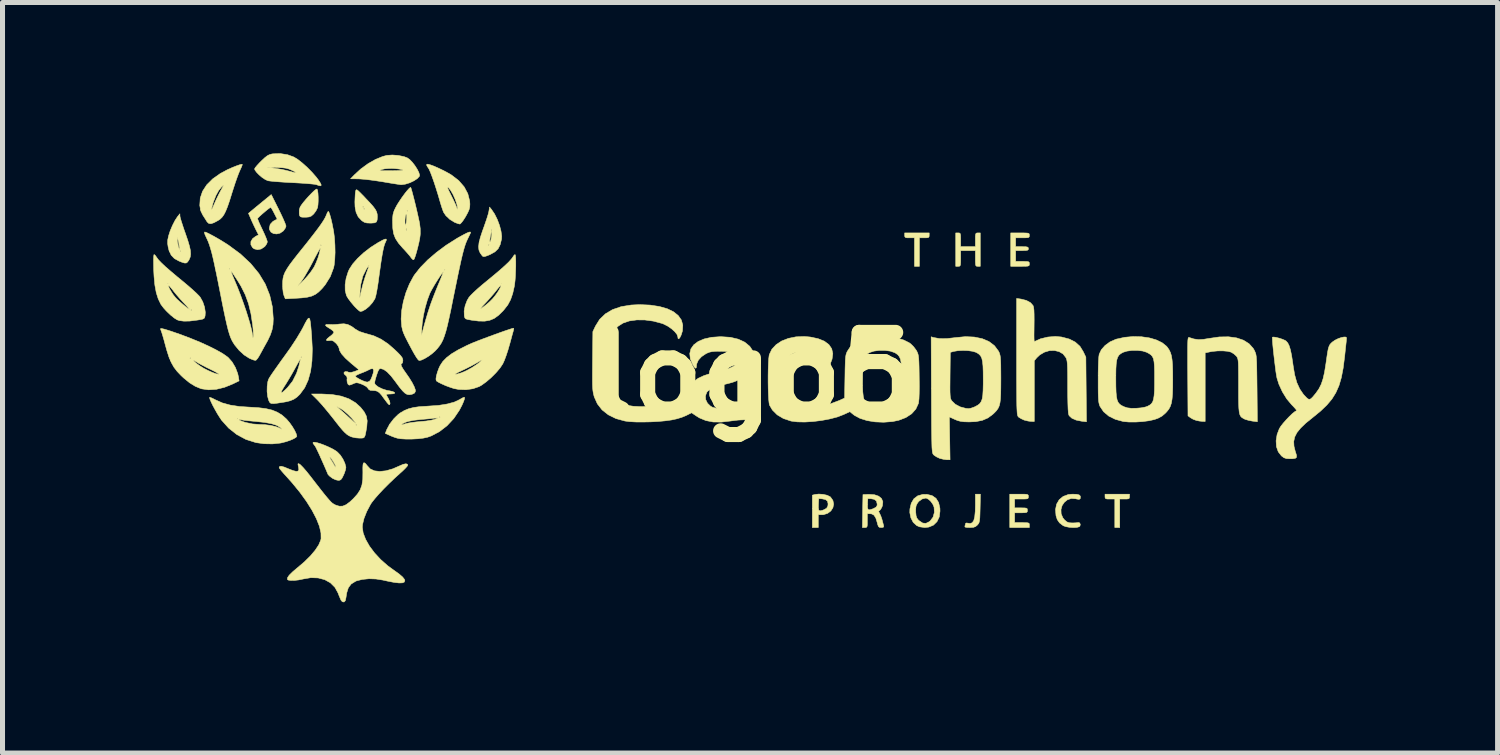
<source format=kicad_pcb>
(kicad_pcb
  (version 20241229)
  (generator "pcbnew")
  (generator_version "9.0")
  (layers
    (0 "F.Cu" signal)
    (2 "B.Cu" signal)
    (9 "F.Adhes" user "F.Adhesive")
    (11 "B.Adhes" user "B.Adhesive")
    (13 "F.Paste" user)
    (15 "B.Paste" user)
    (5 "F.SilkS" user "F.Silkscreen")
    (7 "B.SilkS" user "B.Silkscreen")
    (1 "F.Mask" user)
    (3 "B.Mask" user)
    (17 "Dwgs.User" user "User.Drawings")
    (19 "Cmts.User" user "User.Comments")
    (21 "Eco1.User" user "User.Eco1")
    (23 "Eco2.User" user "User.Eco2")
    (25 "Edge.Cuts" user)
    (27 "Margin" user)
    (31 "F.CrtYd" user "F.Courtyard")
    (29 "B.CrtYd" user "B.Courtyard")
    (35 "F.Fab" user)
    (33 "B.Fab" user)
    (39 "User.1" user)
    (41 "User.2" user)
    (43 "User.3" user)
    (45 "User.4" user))
  (footprint "logo5"
    (layer "F.Cu")
    (at 11.941 4.398)
    (property "Reference" "logo5" (at 0 0 0) (layer "F.SilkS") (effects (font (size 1.524 1.524) (thickness 0.3))))
    (attr through_hole)
    (fp_poly (pts (xy 3.497 -2.765) (xy 3.494 -2.736) (xy 3.478 -2.721) (xy 3.439 -2.716) (xy 3.4 -2.716) (xy 3.302 -2.716) (xy 3.302 -2.149) (xy 3.204 -2.149) (xy 3.204 -2.716) (xy 3.107 -2.716) (xy 3.049 -2.717) (xy 3.02 -2.726) (xy 3.01 -2.745) (xy 3.009 -2.765) (xy 3.009 -2.814) (xy 3.497 -2.814) (xy 3.497 -2.765)) (stroke (width 0.01) (type solid)) (fill yes) (layer "F.SilkS"))
    (fp_poly (pts (xy 7.483 2.433) (xy 7.48 2.462) (xy 7.464 2.476) (xy 7.425 2.481) (xy 7.386 2.481) (xy 7.288 2.481) (xy 7.288 3.048) (xy 7.19 3.048) (xy 7.19 2.481) (xy 7.092 2.481) (xy 7.034 2.48) (xy 7.006 2.472) (xy 6.996 2.452) (xy 6.995 2.433) (xy 6.995 2.384) (xy 7.483 2.384) (xy 7.483 2.433)) (stroke (width 0.01) (type solid)) (fill yes) (layer "F.SilkS"))
    (fp_poly (pts (xy 4.51 2.665) (xy 4.507 2.777) (xy 4.504 2.856) (xy 4.498 2.91) (xy 4.49 2.946) (xy 4.478 2.971) (xy 4.46 2.993) (xy 4.456 2.998) (xy 4.42 3.028) (xy 4.378 3.044) (xy 4.314 3.048) (xy 4.303 3.048) (xy 4.242 3.046) (xy 4.212 3.039) (xy 4.206 3.025) (xy 4.208 3.017) (xy 4.219 2.979) (xy 4.22 2.967) (xy 4.236 2.957) (xy 4.259 2.96) (xy 4.313 2.968) (xy 4.354 2.952) (xy 4.384 2.908) (xy 4.403 2.834) (xy 4.413 2.727) (xy 4.416 2.605) (xy 4.416 2.384) (xy 4.516 2.384) (xy 4.51 2.665)) (stroke (width 0.01) (type solid)) (fill yes) (layer "F.SilkS"))
    (fp_poly (pts (xy -8.684 -3.688) (xy -8.672 -3.658) (xy -8.664 -3.6) (xy -8.66 -3.526) (xy -8.66 -3.447) (xy -8.664 -3.375) (xy -8.672 -3.321) (xy -8.674 -3.314) (xy -8.704 -3.253) (xy -8.748 -3.193) (xy -8.756 -3.185) (xy -8.798 -3.149) (xy -8.84 -3.132) (xy -8.9 -3.126) (xy -8.92 -3.126) (xy -8.981 -3.127) (xy -9.013 -3.135) (xy -9.029 -3.155) (xy -9.037 -3.191) (xy -9.037 -3.27) (xy -9.021 -3.324) (xy -8.998 -3.363) (xy -8.958 -3.417) (xy -8.906 -3.479) (xy -8.849 -3.543) (xy -8.792 -3.602) (xy -8.742 -3.651) (xy -8.704 -3.681) (xy -8.684 -3.688) (xy -8.684 -3.688)) (stroke (width 0.01) (type solid)) (fill yes) (layer "F.SilkS"))
    (fp_poly (pts (xy 4.099 -2.812) (xy 4.114 -2.8) (xy 4.121 -2.77) (xy 4.123 -2.713) (xy 4.123 -2.677) (xy 4.123 -2.54) (xy 4.416 -2.54) (xy 4.416 -2.677) (xy 4.416 -2.748) (xy 4.421 -2.789) (xy 4.431 -2.808) (xy 4.452 -2.813) (xy 4.465 -2.814) (xy 4.513 -2.814) (xy 4.513 -2.149) (xy 4.465 -2.149) (xy 4.44 -2.151) (xy 4.426 -2.161) (xy 4.419 -2.188) (xy 4.416 -2.24) (xy 4.416 -2.306) (xy 4.416 -2.462) (xy 4.123 -2.462) (xy 4.123 -2.306) (xy 4.122 -2.228) (xy 4.119 -2.182) (xy 4.11 -2.158) (xy 4.094 -2.15) (xy 4.074 -2.149) (xy 4.025 -2.149) (xy 4.025 -2.814) (xy 4.074 -2.814) (xy 4.099 -2.812)) (stroke (width 0.01) (type solid)) (fill yes) (layer "F.SilkS"))
    (fp_poly (pts (xy 1.386 2.388) (xy 1.466 2.406) (xy 1.525 2.435) (xy 1.533 2.441) (xy 1.581 2.509) (xy 1.596 2.582) (xy 1.581 2.654) (xy 1.54 2.718) (xy 1.476 2.766) (xy 1.394 2.792) (xy 1.359 2.794) (xy 1.29 2.794) (xy 1.29 3.048) (xy 1.172 3.048) (xy 1.172 2.666) (xy 1.292 2.666) (xy 1.301 2.705) (xy 1.327 2.716) (xy 1.374 2.705) (xy 1.4 2.695) (xy 1.455 2.665) (xy 1.48 2.622) (xy 1.485 2.577) (xy 1.473 2.523) (xy 1.433 2.491) (xy 1.366 2.477) (xy 1.299 2.472) (xy 1.293 2.594) (xy 1.292 2.666) (xy 1.172 2.666) (xy 1.172 2.404) (xy 1.222 2.391) (xy 1.3 2.382) (xy 1.386 2.388)) (stroke (width 0.01) (type solid)) (fill yes) (layer "F.SilkS"))
    (fp_poly (pts (xy 5.371 2.384) (xy 5.425 2.386) (xy 5.455 2.393) (xy 5.468 2.405) (xy 5.471 2.424) (xy 5.471 2.433) (xy 5.469 2.458) (xy 5.457 2.473) (xy 5.427 2.479) (xy 5.37 2.481) (xy 5.334 2.481) (xy 5.197 2.481) (xy 5.197 2.657) (xy 5.324 2.657) (xy 5.393 2.658) (xy 5.431 2.663) (xy 5.447 2.675) (xy 5.451 2.698) (xy 5.451 2.706) (xy 5.449 2.732) (xy 5.436 2.747) (xy 5.405 2.753) (xy 5.345 2.755) (xy 5.324 2.755) (xy 5.197 2.755) (xy 5.197 2.95) (xy 5.344 2.95) (xy 5.418 2.951) (xy 5.462 2.955) (xy 5.483 2.964) (xy 5.49 2.982) (xy 5.49 2.999) (xy 5.49 3.048) (xy 5.1 3.048) (xy 5.1 2.384) (xy 5.285 2.384) (xy 5.371 2.384)) (stroke (width 0.01) (type solid)) (fill yes) (layer "F.SilkS"))
    (fp_poly (pts (xy 5.391 -2.813) (xy 5.445 -2.811) (xy 5.475 -2.805) (xy 5.487 -2.793) (xy 5.49 -2.773) (xy 5.49 -2.765) (xy 5.488 -2.739) (xy 5.477 -2.725) (xy 5.447 -2.718) (xy 5.39 -2.716) (xy 5.354 -2.716) (xy 5.217 -2.716) (xy 5.217 -2.54) (xy 5.344 -2.54) (xy 5.412 -2.539) (xy 5.451 -2.533) (xy 5.467 -2.521) (xy 5.471 -2.501) (xy 5.467 -2.48) (xy 5.449 -2.468) (xy 5.409 -2.463) (xy 5.344 -2.462) (xy 5.217 -2.462) (xy 5.217 -2.247) (xy 5.354 -2.247) (xy 5.425 -2.246) (xy 5.466 -2.242) (xy 5.485 -2.231) (xy 5.49 -2.211) (xy 5.49 -2.198) (xy 5.489 -2.175) (xy 5.48 -2.161) (xy 5.457 -2.153) (xy 5.411 -2.15) (xy 5.336 -2.149) (xy 5.305 -2.149) (xy 5.119 -2.149) (xy 5.119 -2.814) (xy 5.305 -2.814) (xy 5.391 -2.813)) (stroke (width 0.01) (type solid)) (fill yes) (layer "F.SilkS"))
    (fp_poly (pts (xy 6.43 2.387) (xy 6.48 2.399) (xy 6.503 2.422) (xy 6.506 2.441) (xy 6.501 2.475) (xy 6.48 2.488) (xy 6.433 2.481) (xy 6.413 2.476) (xy 6.325 2.47) (xy 6.248 2.495) (xy 6.186 2.545) (xy 6.141 2.612) (xy 6.119 2.691) (xy 6.122 2.773) (xy 6.155 2.853) (xy 6.19 2.897) (xy 6.236 2.936) (xy 6.282 2.953) (xy 6.344 2.957) (xy 6.406 2.955) (xy 6.454 2.95) (xy 6.466 2.948) (xy 6.491 2.956) (xy 6.503 2.984) (xy 6.497 3.017) (xy 6.484 3.031) (xy 6.437 3.045) (xy 6.368 3.049) (xy 6.289 3.044) (xy 6.217 3.031) (xy 6.164 3.012) (xy 6.164 3.012) (xy 6.09 2.955) (xy 6.045 2.89) (xy 6.02 2.813) (xy 6.01 2.691) (xy 6.032 2.583) (xy 6.084 2.494) (xy 6.163 2.429) (xy 6.265 2.391) (xy 6.346 2.384) (xy 6.43 2.387)) (stroke (width 0.01) (type solid)) (fill yes) (layer "F.SilkS"))
    (fp_poly (pts (xy -7.886 -3.669) (xy -7.858 -3.647) (xy -7.815 -3.605) (xy -7.75 -3.539) (xy -7.712 -3.498) (xy -7.626 -3.407) (xy -7.564 -3.337) (xy -7.523 -3.281) (xy -7.498 -3.233) (xy -7.486 -3.187) (xy -7.483 -3.138) (xy -7.483 -3.136) (xy -7.487 -3.07) (xy -7.503 -3.031) (xy -7.54 -3.014) (xy -7.606 -3.009) (xy -7.621 -3.009) (xy -7.693 -3.012) (xy -7.743 -3.026) (xy -7.787 -3.054) (xy -7.797 -3.062) (xy -7.864 -3.134) (xy -7.906 -3.223) (xy -7.919 -3.292) (xy -7.757 -3.292) (xy -7.747 -3.282) (xy -7.737 -3.292) (xy -7.747 -3.302) (xy -7.757 -3.292) (xy -7.919 -3.292) (xy -7.926 -3.331) (xy -7.776 -3.331) (xy -7.767 -3.322) (xy -7.757 -3.331) (xy -7.767 -3.341) (xy -7.776 -3.331) (xy -7.926 -3.331) (xy -7.927 -3.334) (xy -7.93 -3.429) (xy -7.927 -3.511) (xy -7.923 -3.585) (xy -7.917 -3.637) (xy -7.916 -3.642) (xy -7.91 -3.663) (xy -7.901 -3.673) (xy -7.886 -3.669)) (stroke (width 0.01) (type solid)) (fill yes) (layer "F.SilkS"))
    (fp_poly (pts (xy 3.554 2.413) (xy 3.632 2.467) (xy 3.684 2.55) (xy 3.71 2.662) (xy 3.712 2.72) (xy 3.697 2.837) (xy 3.652 2.931) (xy 3.582 3) (xy 3.489 3.039) (xy 3.411 3.048) (xy 3.305 3.034) (xy 3.247 3.008) (xy 3.179 2.945) (xy 3.133 2.857) (xy 3.111 2.752) (xy 3.113 2.683) (xy 3.115 2.671) (xy 3.228 2.671) (xy 3.229 2.743) (xy 3.236 2.813) (xy 3.251 2.859) (xy 3.279 2.896) (xy 3.299 2.914) (xy 3.367 2.959) (xy 3.431 2.965) (xy 3.497 2.933) (xy 3.518 2.916) (xy 3.574 2.841) (xy 3.6 2.747) (xy 3.594 2.644) (xy 3.594 2.643) (xy 3.57 2.586) (xy 3.53 2.529) (xy 3.482 2.485) (xy 3.438 2.463) (xy 3.43 2.462) (xy 3.356 2.48) (xy 3.29 2.528) (xy 3.262 2.564) (xy 3.237 2.614) (xy 3.228 2.671) (xy 3.115 2.671) (xy 3.14 2.565) (xy 3.192 2.476) (xy 3.269 2.417) (xy 3.369 2.389) (xy 3.451 2.388) (xy 3.554 2.413)) (stroke (width 0.01) (type solid)) (fill yes) (layer "F.SilkS"))
    (fp_poly (pts (xy -8.678 1.361) (xy -8.61 1.382) (xy -8.533 1.411) (xy -8.454 1.445) (xy -8.378 1.482) (xy -8.313 1.52) (xy -8.277 1.547) (xy -8.22 1.607) (xy -8.169 1.684) (xy -8.13 1.767) (xy -8.11 1.84) (xy -8.109 1.856) (xy -8.117 1.901) (xy -8.138 1.964) (xy -8.157 2.008) (xy -8.187 2.067) (xy -8.212 2.098) (xy -8.242 2.109) (xy -8.259 2.11) (xy -8.31 2.099) (xy -8.37 2.072) (xy -8.385 2.062) (xy -8.431 2.027) (xy -8.461 1.996) (xy -8.466 1.989) (xy -8.509 1.887) (xy -8.555 1.782) (xy -8.601 1.679) (xy -8.612 1.653) (xy -8.431 1.653) (xy -8.417 1.682) (xy -8.405 1.701) (xy -8.37 1.756) (xy -8.342 1.805) (xy -8.339 1.812) (xy -8.32 1.842) (xy -8.308 1.847) (xy -8.312 1.827) (xy -8.332 1.784) (xy -8.351 1.751) (xy -8.384 1.698) (xy -8.414 1.659) (xy -8.426 1.648) (xy -8.431 1.653) (xy -8.612 1.653) (xy -8.643 1.585) (xy -8.68 1.507) (xy -8.707 1.452) (xy -8.722 1.427) (xy -8.752 1.387) (xy -8.763 1.37) (xy -8.761 1.353) (xy -8.731 1.351) (xy -8.678 1.361)) (stroke (width 0.01) (type solid)) (fill yes) (layer "F.SilkS"))
    (fp_poly (pts (xy -7.065 -4.355) (xy -6.95 -4.331) (xy -6.887 -4.307) (xy -6.839 -4.273) (xy -6.787 -4.219) (xy -6.736 -4.153) (xy -6.691 -4.083) (xy -6.658 -4.018) (xy -6.643 -3.966) (xy -6.645 -3.943) (xy -6.687 -3.896) (xy -6.755 -3.851) (xy -6.839 -3.811) (xy -6.926 -3.784) (xy -7.004 -3.773) (xy -7.014 -3.773) (xy -7.043 -3.777) (xy -7.102 -3.786) (xy -7.187 -3.799) (xy -7.289 -3.816) (xy -7.376 -3.831) (xy -7.499 -3.85) (xy -7.622 -3.867) (xy -7.734 -3.88) (xy -7.824 -3.887) (xy -7.862 -3.889) (xy -8.016 -3.891) (xy -7.94 -3.969) (xy -7.841 -4.06) (xy -7.434 -4.06) (xy -7.427 -4.055) (xy -7.394 -4.052) (xy -7.331 -4.051) (xy -7.234 -4.051) (xy -7.203 -4.051) (xy -7.098 -4.053) (xy -7.023 -4.056) (xy -6.98 -4.061) (xy -6.974 -4.067) (xy -6.977 -4.068) (xy -7.05 -4.085) (xy -7.145 -4.095) (xy -7.246 -4.096) (xy -7.337 -4.089) (xy -7.386 -4.078) (xy -7.419 -4.067) (xy -7.434 -4.06) (xy -7.841 -4.06) (xy -7.81 -4.088) (xy -7.667 -4.192) (xy -7.52 -4.276) (xy -7.378 -4.334) (xy -7.296 -4.356) (xy -7.186 -4.364) (xy -7.065 -4.355)) (stroke (width 0.01) (type solid)) (fill yes) (layer "F.SilkS"))
    (fp_poly (pts (xy -5.212 -3.281) (xy -5.151 -3.191) (xy -5.097 -3.082) (xy -5.053 -2.966) (xy -5.023 -2.851) (xy -5.009 -2.75) (xy -5.012 -2.692) (xy -5.039 -2.581) (xy -5.08 -2.499) (xy -5.144 -2.437) (xy -5.236 -2.386) (xy -5.265 -2.373) (xy -5.326 -2.35) (xy -5.362 -2.342) (xy -5.384 -2.347) (xy -5.399 -2.362) (xy -5.438 -2.416) (xy -5.462 -2.473) (xy -5.469 -2.539) (xy -5.464 -2.579) (xy -5.275 -2.579) (xy -5.268 -2.563) (xy -5.262 -2.566) (xy -5.26 -2.589) (xy -5.262 -2.592) (xy -5.274 -2.589) (xy -5.275 -2.579) (xy -5.464 -2.579) (xy -5.46 -2.62) (xy -5.455 -2.637) (xy -5.249 -2.637) (xy -5.242 -2.634) (xy -5.235 -2.644) (xy -5.222 -2.683) (xy -5.211 -2.745) (xy -5.206 -2.801) (xy -5.202 -2.865) (xy -5.202 -2.892) (xy -5.205 -2.885) (xy -5.214 -2.846) (xy -5.217 -2.833) (xy -5.236 -2.733) (xy -5.247 -2.669) (xy -5.249 -2.637) (xy -5.455 -2.637) (xy -5.434 -2.723) (xy -5.391 -2.853) (xy -5.373 -2.902) (xy -5.337 -3.004) (xy -5.304 -3.101) (xy -5.279 -3.182) (xy -5.265 -3.238) (xy -5.263 -3.249) (xy -5.25 -3.328) (xy -5.212 -3.281)) (stroke (width 0.01) (type solid)) (fill yes) (layer "F.SilkS"))
    (fp_poly (pts (xy -11.411 -3.151) (xy -11.405 -3.118) (xy -11.387 -3.056) (xy -11.36 -2.972) (xy -11.327 -2.872) (xy -11.303 -2.805) (xy -11.254 -2.662) (xy -11.221 -2.55) (xy -11.202 -2.462) (xy -11.198 -2.392) (xy -11.206 -2.335) (xy -11.227 -2.284) (xy -11.234 -2.271) (xy -11.26 -2.234) (xy -11.286 -2.215) (xy -11.321 -2.215) (xy -11.375 -2.232) (xy -11.43 -2.254) (xy -11.521 -2.304) (xy -11.585 -2.371) (xy -11.623 -2.452) (xy -11.41 -2.452) (xy -11.401 -2.442) (xy -11.391 -2.452) (xy -11.401 -2.462) (xy -11.41 -2.452) (xy -11.623 -2.452) (xy -11.628 -2.463) (xy -11.645 -2.531) (xy -11.656 -2.606) (xy -11.654 -2.674) (xy -11.646 -2.71) (xy -11.467 -2.71) (xy -11.464 -2.668) (xy -11.456 -2.613) (xy -11.444 -2.557) (xy -11.432 -2.511) (xy -11.421 -2.487) (xy -11.418 -2.487) (xy -11.418 -2.508) (xy -11.425 -2.557) (xy -11.437 -2.624) (xy -11.438 -2.629) (xy -11.451 -2.687) (xy -11.461 -2.717) (xy -11.466 -2.715) (xy -11.467 -2.71) (xy -11.646 -2.71) (xy -11.637 -2.754) (xy -11.605 -2.854) (xy -11.56 -2.961) (xy -11.51 -3.059) (xy -11.46 -3.136) (xy -11.452 -3.146) (xy -11.412 -3.195) (xy -11.411 -3.151)) (stroke (width 0.01) (type solid)) (fill yes) (layer "F.SilkS"))
    (fp_poly (pts (xy 2.406 2.395) (xy 2.491 2.424) (xy 2.548 2.471) (xy 2.575 2.535) (xy 2.567 2.612) (xy 2.553 2.648) (xy 2.527 2.692) (xy 2.503 2.715) (xy 2.499 2.716) (xy 2.491 2.729) (xy 2.507 2.762) (xy 2.531 2.81) (xy 2.554 2.874) (xy 2.559 2.893) (xy 2.575 2.954) (xy 2.588 3.003) (xy 2.591 3.014) (xy 2.59 3.038) (xy 2.562 3.047) (xy 2.543 3.048) (xy 2.509 3.045) (xy 2.488 3.029) (xy 2.473 2.991) (xy 2.461 2.945) (xy 2.434 2.857) (xy 2.398 2.802) (xy 2.352 2.777) (xy 2.322 2.774) (xy 2.266 2.774) (xy 2.266 2.911) (xy 2.266 2.983) (xy 2.262 3.024) (xy 2.251 3.042) (xy 2.231 3.048) (xy 2.217 3.048) (xy 2.168 3.048) (xy 2.173 2.721) (xy 2.174 2.653) (xy 2.27 2.653) (xy 2.281 2.689) (xy 2.312 2.696) (xy 2.368 2.679) (xy 2.394 2.668) (xy 2.441 2.642) (xy 2.46 2.61) (xy 2.462 2.582) (xy 2.448 2.522) (xy 2.405 2.487) (xy 2.34 2.475) (xy 2.276 2.472) (xy 2.27 2.584) (xy 2.27 2.653) (xy 2.174 2.653) (xy 2.179 2.393) (xy 2.296 2.388) (xy 2.406 2.395)) (stroke (width 0.01) (type solid)) (fill yes) (layer "F.SilkS"))
    (fp_poly (pts (xy -10.17 -4.178) (xy -10.174 -4.158) (xy -10.192 -4.113) (xy -10.219 -4.054) (xy -10.244 -3.995) (xy -10.276 -3.909) (xy -10.313 -3.803) (xy -10.351 -3.686) (xy -10.377 -3.605) (xy -10.424 -3.453) (xy -10.465 -3.334) (xy -10.502 -3.243) (xy -10.537 -3.175) (xy -10.574 -3.124) (xy -10.614 -3.086) (xy -10.654 -3.06) (xy -10.736 -3.016) (xy -10.794 -2.997) (xy -10.836 -3.002) (xy -10.867 -3.03) (xy -10.875 -3.041) (xy -10.908 -3.094) (xy -10.948 -3.156) (xy -10.958 -3.172) (xy -10.998 -3.255) (xy -11.003 -3.284) (xy -10.783 -3.284) (xy -10.778 -3.281) (xy -10.76 -3.315) (xy -10.73 -3.386) (xy -10.728 -3.39) (xy -10.687 -3.482) (xy -10.638 -3.582) (xy -10.6 -3.654) (xy -10.565 -3.717) (xy -10.548 -3.75) (xy -10.549 -3.758) (xy -10.567 -3.744) (xy -10.58 -3.732) (xy -10.639 -3.66) (xy -10.695 -3.558) (xy -10.743 -3.436) (xy -10.754 -3.401) (xy -10.775 -3.324) (xy -10.783 -3.284) (xy -11.003 -3.284) (xy -11.016 -3.36) (xy -11.016 -3.363) (xy -11.007 -3.506) (xy -10.961 -3.642) (xy -10.878 -3.77) (xy -10.76 -3.888) (xy -10.607 -3.996) (xy -10.465 -4.072) (xy -10.371 -4.114) (xy -10.288 -4.147) (xy -10.222 -4.17) (xy -10.18 -4.18) (xy -10.17 -4.178)) (stroke (width 0.01) (type solid)) (fill yes) (layer "F.SilkS"))
    (fp_poly (pts (xy -8.593 0.391) (xy -8.382 0.402) (xy -8.201 0.434) (xy -8.047 0.488) (xy -7.916 0.566) (xy -7.817 0.656) (xy -7.744 0.748) (xy -7.701 0.833) (xy -7.685 0.925) (xy -7.693 1.036) (xy -7.697 1.065) (xy -7.713 1.156) (xy -7.726 1.215) (xy -7.741 1.249) (xy -7.762 1.265) (xy -7.795 1.269) (xy -7.841 1.269) (xy -7.916 1.263) (xy -7.987 1.247) (xy -8.011 1.239) (xy -8.05 1.22) (xy -8.086 1.197) (xy -8.124 1.164) (xy -8.168 1.119) (xy -8.223 1.055) (xy -8.261 1.006) (xy -7.913 1.006) (xy -7.903 1.016) (xy -7.894 1.006) (xy -7.903 0.996) (xy -7.913 1.006) (xy -8.261 1.006) (xy -8.292 0.968) (xy -8.369 0.869) (xy -8.446 0.773) (xy -8.525 0.677) (xy -8.556 0.64) (xy -8.294 0.64) (xy -8.206 0.716) (xy -8.142 0.771) (xy -8.07 0.838) (xy -8.021 0.883) (xy -7.959 0.94) (xy -7.924 0.97) (xy -7.915 0.972) (xy -7.93 0.949) (xy -7.934 0.943) (xy -7.995 0.87) (xy -8.067 0.797) (xy -8.14 0.733) (xy -8.203 0.687) (xy -8.216 0.68) (xy -8.294 0.64) (xy -8.556 0.64) (xy -8.598 0.592) (xy -8.659 0.525) (xy -8.68 0.503) (xy -8.793 0.391) (xy -8.593 0.391)) (stroke (width 0.01) (type solid)) (fill yes) (layer "F.SilkS"))
    (fp_poly (pts (xy -9.268 -4.369) (xy -9.145 -4.324) (xy -9.068 -4.277) (xy -8.976 -4.205) (xy -8.879 -4.118) (xy -8.784 -4.022) (xy -8.701 -3.927) (xy -8.657 -3.869) (xy -8.615 -3.803) (xy -8.599 -3.765) (xy -8.611 -3.75) (xy -8.653 -3.758) (xy -8.695 -3.774) (xy -8.728 -3.781) (xy -8.794 -3.788) (xy -8.886 -3.796) (xy -8.998 -3.804) (xy -9.122 -3.811) (xy -9.164 -3.813) (xy -9.293 -3.82) (xy -9.414 -3.828) (xy -9.519 -3.836) (xy -9.601 -3.844) (xy -9.653 -3.851) (xy -9.662 -3.853) (xy -9.713 -3.876) (xy -9.774 -3.916) (xy -9.834 -3.967) (xy -9.885 -4.019) (xy -9.918 -4.064) (xy -9.926 -4.087) (xy -9.912 -4.113) (xy -9.906 -4.12) (xy -9.681 -4.12) (xy -9.535 -4.101) (xy -9.436 -4.086) (xy -9.329 -4.065) (xy -9.251 -4.046) (xy -9.165 -4.023) (xy -9.114 -4.012) (xy -9.099 -4.013) (xy -9.117 -4.027) (xy -9.167 -4.052) (xy -9.183 -4.06) (xy -9.242 -4.085) (xy -9.299 -4.101) (xy -9.367 -4.11) (xy -9.459 -4.115) (xy -9.486 -4.116) (xy -9.681 -4.12) (xy -9.906 -4.12) (xy -9.876 -4.157) (xy -9.824 -4.213) (xy -9.792 -4.245) (xy -9.725 -4.308) (xy -9.674 -4.348) (xy -9.63 -4.371) (xy -9.584 -4.384) (xy -9.566 -4.387) (xy -9.418 -4.393) (xy -9.268 -4.369)) (stroke (width 0.01) (type solid)) (fill yes) (layer "F.SilkS"))
    (fp_poly (pts (xy -9.447 -3.283) (xy -9.398 -3.183) (xy -9.356 -3.092) (xy -9.324 -3.018) (xy -9.305 -2.967) (xy -9.3 -2.949) (xy -9.314 -2.91) (xy -9.346 -2.863) (xy -9.357 -2.851) (xy -9.419 -2.809) (xy -9.486 -2.793) (xy -9.549 -2.8) (xy -9.6 -2.83) (xy -9.629 -2.88) (xy -9.632 -2.909) (xy -9.615 -2.984) (xy -9.562 -3.041) (xy -9.534 -3.058) (xy -9.476 -3.088) (xy -9.535 -3.205) (xy -9.566 -3.264) (xy -9.591 -3.306) (xy -9.604 -3.322) (xy -9.627 -3.31) (xy -9.669 -3.279) (xy -9.721 -3.236) (xy -9.776 -3.189) (xy -9.824 -3.146) (xy -9.857 -3.113) (xy -9.867 -3.098) (xy -9.858 -3.073) (xy -9.837 -3.021) (xy -9.804 -2.949) (xy -9.769 -2.875) (xy -9.73 -2.791) (xy -9.698 -2.716) (xy -9.678 -2.66) (xy -9.672 -2.634) (xy -9.685 -2.596) (xy -9.717 -2.55) (xy -9.729 -2.538) (xy -9.795 -2.494) (xy -9.866 -2.48) (xy -9.934 -2.497) (xy -9.965 -2.52) (xy -9.999 -2.578) (xy -9.999 -2.641) (xy -9.966 -2.699) (xy -9.905 -2.745) (xy -9.847 -2.775) (xy -9.904 -2.887) (xy -9.943 -2.968) (xy -9.983 -3.055) (xy -10.003 -3.101) (xy -10.047 -3.203) (xy -9.991 -3.25) (xy -9.953 -3.282) (xy -9.894 -3.331) (xy -9.822 -3.39) (xy -9.765 -3.437) (xy -9.594 -3.577) (xy -9.447 -3.283)) (stroke (width 0.01) (type solid)) (fill yes) (layer "F.SilkS"))
    (fp_poly (pts (xy -7.305 -2.69) (xy -7.304 -2.669) (xy -7.323 -2.625) (xy -7.325 -2.623) (xy -7.34 -2.585) (xy -7.356 -2.531) (xy -7.372 -2.457) (xy -7.39 -2.36) (xy -7.41 -2.236) (xy -7.432 -2.081) (xy -7.458 -1.892) (xy -7.463 -1.852) (xy -7.479 -1.745) (xy -7.496 -1.647) (xy -7.513 -1.566) (xy -7.529 -1.512) (xy -7.533 -1.501) (xy -7.582 -1.425) (xy -7.644 -1.355) (xy -7.713 -1.297) (xy -7.778 -1.26) (xy -7.821 -1.25) (xy -7.845 -1.264) (xy -7.887 -1.301) (xy -7.939 -1.354) (xy -7.959 -1.377) (xy -8.015 -1.444) (xy -8.063 -1.51) (xy -8.066 -1.514) (xy -7.835 -1.514) (xy -7.798 -1.68) (xy -7.772 -1.784) (xy -7.738 -1.9) (xy -7.703 -2.003) (xy -7.702 -2.008) (xy -7.676 -2.079) (xy -7.657 -2.135) (xy -7.648 -2.165) (xy -7.648 -2.169) (xy -7.661 -2.154) (xy -7.688 -2.117) (xy -7.702 -2.095) (xy -7.771 -1.956) (xy -7.813 -1.79) (xy -7.826 -1.671) (xy -7.835 -1.514) (xy -8.066 -1.514) (xy -8.095 -1.562) (xy -8.099 -1.572) (xy -8.123 -1.669) (xy -8.124 -1.786) (xy -8.104 -1.912) (xy -8.065 -2.036) (xy -8.041 -2.091) (xy -7.973 -2.196) (xy -7.875 -2.308) (xy -7.754 -2.42) (xy -7.617 -2.526) (xy -7.471 -2.619) (xy -7.457 -2.627) (xy -7.378 -2.67) (xy -7.328 -2.691) (xy -7.305 -2.69)) (stroke (width 0.01) (type solid)) (fill yes) (layer "F.SilkS"))
    (fp_poly (pts (xy -6.439 -4.172) (xy -6.374 -4.149) (xy -6.292 -4.114) (xy -6.203 -4.072) (xy -6.116 -4.028) (xy -6.039 -3.985) (xy -6.005 -3.964) (xy -5.863 -3.854) (xy -5.755 -3.729) (xy -5.683 -3.594) (xy -5.646 -3.449) (xy -5.642 -3.387) (xy -5.645 -3.329) (xy -5.658 -3.276) (xy -5.685 -3.215) (xy -5.727 -3.138) (xy -5.769 -3.072) (xy -5.807 -3.021) (xy -5.835 -2.993) (xy -5.842 -2.99) (xy -5.877 -2.998) (xy -5.93 -3.018) (xy -5.949 -3.026) (xy -6.041 -3.083) (xy -6.12 -3.158) (xy -6.164 -3.223) (xy -6.181 -3.266) (xy -6.204 -3.333) (xy -6.228 -3.411) (xy -6.232 -3.425) (xy -6.272 -3.563) (xy -6.314 -3.698) (xy -6.32 -3.717) (xy -6.087 -3.717) (xy -6.075 -3.684) (xy -6.046 -3.623) (xy -6.008 -3.547) (xy -5.966 -3.462) (xy -5.932 -3.389) (xy -5.909 -3.334) (xy -5.901 -3.306) (xy -5.895 -3.286) (xy -5.89 -3.287) (xy -5.888 -3.311) (xy -5.895 -3.358) (xy -5.901 -3.383) (xy -5.934 -3.482) (xy -5.977 -3.578) (xy -6.024 -3.66) (xy -6.066 -3.712) (xy -6.084 -3.725) (xy -6.087 -3.717) (xy -6.32 -3.717) (xy -6.355 -3.824) (xy -6.394 -3.934) (xy -6.428 -4.023) (xy -6.455 -4.083) (xy -6.467 -4.102) (xy -6.497 -4.149) (xy -6.504 -4.173) (xy -6.487 -4.181) (xy -6.479 -4.181) (xy -6.439 -4.172)) (stroke (width 0.01) (type solid)) (fill yes) (layer "F.SilkS"))
    (fp_poly (pts (xy -11.773 -0.911) (xy -11.722 -0.899) (xy -11.652 -0.878) (xy -11.592 -0.859) (xy -11.387 -0.788) (xy -11.188 -0.712) (xy -11.001 -0.635) (xy -10.83 -0.557) (xy -10.68 -0.481) (xy -10.557 -0.411) (xy -10.466 -0.347) (xy -10.449 -0.333) (xy -10.373 -0.247) (xy -10.308 -0.137) (xy -10.262 -0.017) (xy -10.247 0.05) (xy -10.234 0.13) (xy -10.359 0.191) (xy -10.524 0.258) (xy -10.687 0.298) (xy -10.84 0.308) (xy -10.977 0.289) (xy -10.995 0.284) (xy -11.106 0.238) (xy -11.218 0.169) (xy -11.337 0.072) (xy -11.389 0.023) (xy -11.467 -0.059) (xy -11.531 -0.143) (xy -11.583 -0.235) (xy -11.601 -0.277) (xy -11.143 -0.277) (xy -11.136 -0.265) (xy -11.107 -0.238) (xy -11.059 -0.201) (xy -11.013 -0.167) (xy -10.937 -0.12) (xy -10.851 -0.076) (xy -10.766 -0.038) (xy -10.692 -0.011) (xy -10.639 -0.001) (xy -10.639 -0.001) (xy -10.639 -0.008) (xy -10.67 -0.029) (xy -10.725 -0.06) (xy -10.795 -0.095) (xy -10.886 -0.139) (xy -10.973 -0.185) (xy -11.045 -0.224) (xy -11.078 -0.244) (xy -11.124 -0.271) (xy -11.143 -0.277) (xy -11.601 -0.277) (xy -11.62 -0.322) (xy -11.215 -0.322) (xy -11.205 -0.313) (xy -11.196 -0.322) (xy -11.205 -0.332) (xy -11.215 -0.322) (xy -11.62 -0.322) (xy -11.63 -0.345) (xy -11.673 -0.48) (xy -11.705 -0.596) (xy -11.73 -0.689) (xy -11.754 -0.771) (xy -11.773 -0.833) (xy -11.785 -0.866) (xy -11.785 -0.866) (xy -11.797 -0.899) (xy -11.794 -0.912) (xy -11.773 -0.911)) (stroke (width 0.01) (type solid)) (fill yes) (layer "F.SilkS"))
    (fp_poly (pts (xy -5.75 0.457) (xy -5.748 0.484) (xy -5.766 0.538) (xy -5.799 0.614) (xy -5.847 0.706) (xy -5.852 0.715) (xy -5.962 0.878) (xy -6.095 1.021) (xy -6.246 1.138) (xy -6.408 1.224) (xy -6.483 1.251) (xy -6.567 1.269) (xy -6.676 1.282) (xy -6.797 1.288) (xy -6.916 1.288) (xy -7.021 1.282) (xy -7.083 1.271) (xy -7.136 1.255) (xy -7.204 1.229) (xy -7.233 1.216) (xy -7.325 1.175) (xy -7.295 1.098) (xy -7.243 1.001) (xy -7.01 1.001) (xy -7.002 1.005) (xy -6.96 0.995) (xy -6.931 0.985) (xy -6.877 0.971) (xy -6.797 0.958) (xy -6.701 0.946) (xy -6.624 0.939) (xy -6.511 0.929) (xy -6.416 0.914) (xy -6.348 0.898) (xy -6.33 0.891) (xy -6.262 0.859) (xy -6.33 0.87) (xy -6.378 0.876) (xy -6.453 0.884) (xy -6.545 0.892) (xy -6.618 0.898) (xy -6.765 0.915) (xy -6.876 0.938) (xy -6.925 0.955) (xy -6.985 0.984) (xy -7.01 1.001) (xy -7.243 1.001) (xy -7.239 0.993) (xy -7.159 0.888) (xy -7.121 0.85) (xy -6.252 0.85) (xy -6.243 0.86) (xy -6.233 0.85) (xy -6.243 0.84) (xy -6.252 0.85) (xy -7.121 0.85) (xy -7.068 0.798) (xy -7.026 0.767) (xy -6.946 0.72) (xy -6.861 0.685) (xy -6.763 0.66) (xy -6.644 0.643) (xy -6.495 0.634) (xy -6.469 0.632) (xy -6.265 0.618) (xy -6.091 0.59) (xy -5.949 0.551) (xy -5.843 0.501) (xy -5.836 0.496) (xy -5.789 0.469) (xy -5.757 0.456) (xy -5.75 0.457)) (stroke (width 0.01) (type solid)) (fill yes) (layer "F.SilkS"))
    (fp_poly (pts (xy -4.769 -0.903) (xy -4.773 -0.884) (xy -4.781 -0.853) (xy -4.798 -0.793) (xy -4.82 -0.711) (xy -4.846 -0.615) (xy -4.854 -0.588) (xy -4.885 -0.48) (xy -4.92 -0.374) (xy -4.954 -0.282) (xy -4.984 -0.216) (xy -4.986 -0.211) (xy -5.043 -0.125) (xy -5.124 -0.03) (xy -5.219 0.065) (xy -5.319 0.151) (xy -5.414 0.219) (xy -5.459 0.244) (xy -5.581 0.286) (xy -5.72 0.306) (xy -5.861 0.301) (xy -5.958 0.283) (xy -6.037 0.257) (xy -6.121 0.226) (xy -6.2 0.191) (xy -6.265 0.159) (xy -6.305 0.133) (xy -6.31 0.128) (xy -6.317 0.094) (xy -6.309 0.034) (xy -6.299 -0.001) (xy -5.931 -0.001) (xy -5.904 -0.003) (xy -5.841 -0.021) (xy -5.808 -0.031) (xy -5.711 -0.073) (xy -5.602 -0.133) (xy -5.496 -0.203) (xy -5.432 -0.254) (xy -5.403 -0.28) (xy -5.398 -0.288) (xy -5.42 -0.278) (xy -5.471 -0.249) (xy -5.5 -0.231) (xy -5.586 -0.183) (xy -5.688 -0.13) (xy -5.787 -0.082) (xy -5.803 -0.075) (xy -5.88 -0.038) (xy -5.923 -0.013) (xy -5.931 -0.001) (xy -6.299 -0.001) (xy -6.288 -0.042) (xy -6.258 -0.123) (xy -6.234 -0.174) (xy -6.181 -0.255) (xy -6.105 -0.333) (xy -6.004 -0.41) (xy -5.873 -0.488) (xy -5.709 -0.571) (xy -5.616 -0.613) (xy -5.554 -0.639) (xy -5.47 -0.672) (xy -5.37 -0.71) (xy -5.26 -0.751) (xy -5.148 -0.792) (xy -5.04 -0.831) (xy -4.941 -0.866) (xy -4.86 -0.893) (xy -4.802 -0.912) (xy -4.773 -0.918) (xy -4.773 -0.918) (xy -4.769 -0.903)) (stroke (width 0.01) (type solid)) (fill yes) (layer "F.SilkS"))
    (fp_poly (pts (xy 9.613 -0.725) (xy 9.75 -0.679) (xy 9.861 -0.609) (xy 9.944 -0.516) (xy 9.967 -0.476) (xy 9.979 -0.449) (xy 9.99 -0.423) (xy 9.998 -0.393) (xy 10.004 -0.355) (xy 10.008 -0.304) (xy 10.012 -0.236) (xy 10.014 -0.146) (xy 10.016 -0.031) (xy 10.018 0.116) (xy 10.02 0.281) (xy 10.026 0.943) (xy 9.924 0.93) (xy 9.853 0.916) (xy 9.79 0.898) (xy 9.767 0.888) (xy 9.735 0.87) (xy 9.709 0.852) (xy 9.689 0.827) (xy 9.675 0.793) (xy 9.665 0.744) (xy 9.658 0.677) (xy 9.654 0.585) (xy 9.652 0.466) (xy 9.652 0.314) (xy 9.652 0.233) (xy 9.652 0.073) (xy 9.651 -0.052) (xy 9.65 -0.148) (xy 9.648 -0.218) (xy 9.644 -0.269) (xy 9.638 -0.304) (xy 9.63 -0.328) (xy 9.62 -0.347) (xy 9.61 -0.361) (xy 9.56 -0.407) (xy 9.503 -0.442) (xy 9.434 -0.459) (xy 9.34 -0.467) (xy 9.234 -0.466) (xy 9.13 -0.456) (xy 9.086 -0.448) (xy 8.988 -0.427) (xy 8.988 0.938) (xy 8.934 0.936) (xy 8.876 0.93) (xy 8.814 0.918) (xy 8.751 0.895) (xy 8.697 0.864) (xy 8.646 0.826) (xy 8.641 0.04) (xy 8.639 -0.156) (xy 8.639 -0.317) (xy 8.639 -0.445) (xy 8.639 -0.545) (xy 8.641 -0.619) (xy 8.643 -0.672) (xy 8.647 -0.706) (xy 8.652 -0.726) (xy 8.659 -0.734) (xy 8.666 -0.735) (xy 8.67 -0.733) (xy 8.763 -0.704) (xy 8.853 -0.691) (xy 8.952 -0.696) (xy 9.069 -0.715) (xy 9.269 -0.744) (xy 9.452 -0.747) (xy 9.613 -0.725)) (stroke (width 0.01) (type solid)) (fill yes) (layer "F.SilkS"))
    (fp_poly (pts (xy -8.826 -1.093) (xy -8.815 -1.034) (xy -8.805 -0.939) (xy -8.794 -0.808) (xy -8.791 -0.774) (xy -8.777 -0.505) (xy -8.784 -0.268) (xy -8.811 -0.062) (xy -8.86 0.116) (xy -8.929 0.267) (xy -9.021 0.392) (xy -9.021 0.393) (xy -9.083 0.453) (xy -9.146 0.496) (xy -9.222 0.527) (xy -9.321 0.55) (xy -9.378 0.559) (xy -9.476 0.574) (xy -9.543 0.582) (xy -9.586 0.581) (xy -9.612 0.571) (xy -9.63 0.55) (xy -9.645 0.516) (xy -9.647 0.513) (xy -9.667 0.436) (xy -9.675 0.355) (xy -9.398 0.355) (xy -9.394 0.368) (xy -9.365 0.352) (xy -9.312 0.305) (xy -9.27 0.263) (xy -9.169 0.136) (xy -9.09 -0.022) (xy -9.044 -0.165) (xy -9.028 -0.232) (xy -9.017 -0.282) (xy -9.013 -0.305) (xy -9.013 -0.306) (xy -9.024 -0.292) (xy -9.049 -0.249) (xy -9.085 -0.186) (xy -9.125 -0.112) (xy -9.181 -0.012) (xy -9.243 0.094) (xy -9.303 0.192) (xy -9.332 0.237) (xy -9.377 0.311) (xy -9.398 0.355) (xy -9.675 0.355) (xy -9.677 0.339) (xy -9.675 0.237) (xy -9.662 0.145) (xy -9.647 0.098) (xy -9.627 0.062) (xy -9.587 0.001) (xy -9.531 -0.08) (xy -9.463 -0.176) (xy -9.388 -0.282) (xy -9.351 -0.332) (xy -9.344 -0.342) (xy -9.007 -0.342) (xy -8.997 -0.332) (xy -8.988 -0.342) (xy -8.997 -0.352) (xy -9.007 -0.342) (xy -9.344 -0.342) (xy -9.209 -0.531) (xy -9.09 -0.712) (xy -8.996 -0.87) (xy -8.964 -0.928) (xy -8.919 -1.017) (xy -8.884 -1.079) (xy -8.858 -1.114) (xy -8.84 -1.119) (xy -8.826 -1.093)) (stroke (width 0.01) (type solid)) (fill yes) (layer "F.SilkS"))
    (fp_poly (pts (xy 5.327 -1.497) (xy 5.429 -1.471) (xy 5.511 -1.427) (xy 5.563 -1.369) (xy 5.564 -1.367) (xy 5.574 -1.334) (xy 5.581 -1.279) (xy 5.584 -1.197) (xy 5.585 -1.083) (xy 5.584 -0.982) (xy 5.583 -0.872) (xy 5.582 -0.779) (xy 5.583 -0.706) (xy 5.586 -0.662) (xy 5.588 -0.651) (xy 5.712 -0.707) (xy 5.857 -0.742) (xy 6.008 -0.754) (xy 6.13 -0.743) (xy 6.282 -0.703) (xy 6.403 -0.642) (xy 6.497 -0.557) (xy 6.562 -0.451) (xy 6.614 -0.342) (xy 6.62 0.301) (xy 6.626 0.944) (xy 6.527 0.932) (xy 6.419 0.91) (xy 6.336 0.873) (xy 6.283 0.824) (xy 6.275 0.809) (xy 6.266 0.769) (xy 6.26 0.691) (xy 6.256 0.573) (xy 6.253 0.417) (xy 6.252 0.248) (xy 6.252 0.09) (xy 6.251 -0.034) (xy 6.249 -0.129) (xy 6.246 -0.2) (xy 6.241 -0.251) (xy 6.234 -0.289) (xy 6.225 -0.317) (xy 6.218 -0.331) (xy 6.161 -0.405) (xy 6.082 -0.452) (xy 5.989 -0.474) (xy 5.888 -0.471) (xy 5.789 -0.441) (xy 5.697 -0.387) (xy 5.639 -0.332) (xy 5.588 -0.271) (xy 5.588 0.938) (xy 5.524 0.937) (xy 5.462 0.929) (xy 5.394 0.912) (xy 5.386 0.91) (xy 5.328 0.883) (xy 5.28 0.854) (xy 5.274 0.849) (xy 5.266 0.84) (xy 5.26 0.829) (xy 5.254 0.811) (xy 5.249 0.784) (xy 5.246 0.745) (xy 5.243 0.69) (xy 5.24 0.617) (xy 5.239 0.523) (xy 5.238 0.405) (xy 5.237 0.259) (xy 5.236 0.083) (xy 5.236 -0.126) (xy 5.236 -0.348) (xy 5.236 -1.51) (xy 5.327 -1.497)) (stroke (width 0.01) (type solid)) (fill yes) (layer "F.SilkS"))
    (fp_poly (pts (xy -10.8 0.462) (xy -10.756 0.481) (xy -10.703 0.508) (xy -10.567 0.569) (xy -10.41 0.612) (xy -10.226 0.64) (xy -10.038 0.652) (xy -9.854 0.663) (xy -9.703 0.682) (xy -9.578 0.711) (xy -9.473 0.754) (xy -9.381 0.81) (xy -9.297 0.884) (xy -9.282 0.9) (xy -9.227 0.965) (xy -9.173 1.041) (xy -9.128 1.117) (xy -9.097 1.184) (xy -9.085 1.232) (xy -9.103 1.255) (xy -9.151 1.283) (xy -9.22 1.313) (xy -9.303 1.341) (xy -9.39 1.363) (xy -9.415 1.368) (xy -9.569 1.384) (xy -9.736 1.381) (xy -9.895 1.359) (xy -9.903 1.357) (xy -10.098 1.295) (xy -10.279 1.198) (xy -10.442 1.069) (xy -10.581 0.914) (xy -10.588 0.903) (xy -10.238 0.903) (xy -10.221 0.915) (xy -10.176 0.934) (xy -10.109 0.957) (xy -9.967 0.987) (xy -9.831 0.997) (xy -9.717 1.002) (xy -9.605 1.017) (xy -9.507 1.039) (xy -9.435 1.066) (xy -9.427 1.07) (xy -9.388 1.091) (xy -9.381 1.088) (xy -9.406 1.064) (xy -9.418 1.055) (xy -9.488 1.014) (xy -9.589 0.982) (xy -9.723 0.957) (xy -9.886 0.939) (xy -9.983 0.93) (xy -10.071 0.921) (xy -10.14 0.913) (xy -10.175 0.907) (xy -10.223 0.899) (xy -10.238 0.903) (xy -10.588 0.903) (xy -10.598 0.889) (xy -10.277 0.889) (xy -10.267 0.899) (xy -10.258 0.889) (xy -10.267 0.879) (xy -10.277 0.889) (xy -10.598 0.889) (xy -10.621 0.855) (xy -10.667 0.782) (xy -10.712 0.702) (xy -10.755 0.623) (xy -10.79 0.551) (xy -10.813 0.496) (xy -10.822 0.463) (xy -10.821 0.459) (xy -10.8 0.462)) (stroke (width 0.01) (type solid)) (fill yes) (layer "F.SilkS"))
    (fp_poly (pts (xy -6.819 -3.719) (xy -6.81 -3.695) (xy -6.794 -3.64) (xy -6.773 -3.561) (xy -6.748 -3.465) (xy -6.722 -3.359) (xy -6.696 -3.249) (xy -6.672 -3.142) (xy -6.651 -3.046) (xy -6.642 -3) (xy -6.63 -2.901) (xy -6.629 -2.795) (xy -6.632 -2.761) (xy -6.641 -2.695) (xy -6.658 -2.612) (xy -6.68 -2.522) (xy -6.703 -2.434) (xy -6.726 -2.358) (xy -6.746 -2.303) (xy -6.759 -2.28) (xy -6.778 -2.284) (xy -6.806 -2.313) (xy -6.81 -2.319) (xy -6.839 -2.358) (xy -6.887 -2.414) (xy -6.946 -2.48) (xy -6.976 -2.511) (xy -7.063 -2.612) (xy -7.123 -2.704) (xy -7.159 -2.798) (xy -7.173 -2.884) (xy -6.915 -2.884) (xy -6.911 -2.858) (xy -6.905 -2.858) (xy -6.9 -2.884) (xy -6.903 -2.895) (xy -6.912 -2.903) (xy -6.915 -2.884) (xy -7.173 -2.884) (xy -7.176 -2.908) (xy -7.18 -3.019) (xy -7.18 -3.038) (xy -6.933 -3.038) (xy -6.932 -2.984) (xy -6.926 -2.966) (xy -6.917 -2.98) (xy -6.907 -3.022) (xy -6.901 -3.085) (xy -6.9 -3.116) (xy -6.902 -3.171) (xy -6.907 -3.189) (xy -6.917 -3.175) (xy -6.927 -3.133) (xy -6.933 -3.07) (xy -6.933 -3.038) (xy -7.18 -3.038) (xy -7.179 -3.11) (xy -7.172 -3.177) (xy -7.157 -3.233) (xy -7.149 -3.253) (xy -6.897 -3.253) (xy -6.887 -3.243) (xy -6.878 -3.253) (xy -6.887 -3.263) (xy -6.897 -3.253) (xy -7.149 -3.253) (xy -7.132 -3.292) (xy -7.124 -3.309) (xy -7.09 -3.372) (xy -7.044 -3.444) (xy -6.993 -3.52) (xy -6.941 -3.591) (xy -6.892 -3.653) (xy -6.852 -3.697) (xy -6.826 -3.719) (xy -6.819 -3.719)) (stroke (width 0.01) (type solid)) (fill yes) (layer "F.SilkS"))
    (fp_poly (pts (xy -4.736 -2.365) (xy -4.731 -2.316) (xy -4.729 -2.243) (xy -4.729 -2.153) (xy -4.732 -2.056) (xy -4.736 -1.957) (xy -4.743 -1.866) (xy -4.752 -1.789) (xy -4.756 -1.758) (xy -4.79 -1.608) (xy -4.832 -1.486) (xy -4.888 -1.381) (xy -4.964 -1.284) (xy -4.985 -1.26) (xy -5.074 -1.173) (xy -5.159 -1.112) (xy -5.248 -1.075) (xy -5.348 -1.058) (xy -5.469 -1.06) (xy -5.618 -1.079) (xy -5.62 -1.08) (xy -5.687 -1.092) (xy -5.724 -1.104) (xy -5.742 -1.124) (xy -5.752 -1.158) (xy -5.753 -1.166) (xy -5.756 -1.26) (xy -5.747 -1.309) (xy -5.43 -1.309) (xy -5.419 -1.312) (xy -5.388 -1.332) (xy -5.373 -1.342) (xy -5.311 -1.39) (xy -5.241 -1.452) (xy -5.194 -1.499) (xy -5.146 -1.556) (xy -5.1 -1.619) (xy -5.061 -1.68) (xy -5.034 -1.731) (xy -5.024 -1.764) (xy -5.026 -1.77) (xy -5.041 -1.759) (xy -5.071 -1.725) (xy -5.111 -1.675) (xy -5.159 -1.615) (xy -5.224 -1.539) (xy -5.294 -1.46) (xy -5.324 -1.428) (xy -5.384 -1.364) (xy -5.419 -1.325) (xy -5.43 -1.309) (xy -5.747 -1.309) (xy -5.736 -1.366) (xy -5.697 -1.469) (xy -5.66 -1.532) (xy -5.624 -1.573) (xy -5.564 -1.633) (xy -5.486 -1.704) (xy -5.397 -1.781) (xy -5.365 -1.807) (xy -5.021 -1.807) (xy -5.012 -1.798) (xy -5.002 -1.807) (xy -5.012 -1.817) (xy -5.021 -1.807) (xy -5.365 -1.807) (xy -5.325 -1.84) (xy -5.168 -1.97) (xy -5.04 -2.078) (xy -4.94 -2.167) (xy -4.866 -2.238) (xy -4.816 -2.294) (xy -4.792 -2.327) (xy -4.765 -2.366) (xy -4.745 -2.384) (xy -4.744 -2.384) (xy -4.736 -2.365)) (stroke (width 0.01) (type solid)) (fill yes) (layer "F.SilkS"))
    (fp_poly (pts (xy -8.446 -3.225) (xy -8.428 -3.175) (xy -8.407 -3.1) (xy -8.385 -3.007) (xy -8.364 -2.902) (xy -8.353 -2.845) (xy -8.336 -2.714) (xy -8.327 -2.571) (xy -8.324 -2.425) (xy -8.33 -2.29) (xy -8.342 -2.175) (xy -8.353 -2.121) (xy -8.419 -1.945) (xy -8.52 -1.783) (xy -8.583 -1.707) (xy -8.65 -1.64) (xy -8.716 -1.591) (xy -8.788 -1.557) (xy -8.875 -1.535) (xy -8.987 -1.521) (xy -9.078 -1.515) (xy -9.314 -1.502) (xy -9.341 -1.567) (xy -9.356 -1.623) (xy -9.365 -1.705) (xy -9.367 -1.749) (xy -9.069 -1.749) (xy -8.936 -1.885) (xy -8.867 -1.962) (xy -8.801 -2.046) (xy -8.749 -2.124) (xy -8.736 -2.146) (xy -8.7 -2.225) (xy -8.665 -2.315) (xy -8.638 -2.404) (xy -8.621 -2.478) (xy -8.618 -2.511) (xy -8.626 -2.501) (xy -8.649 -2.462) (xy -8.684 -2.398) (xy -8.728 -2.316) (xy -8.761 -2.252) (xy -8.817 -2.146) (xy -8.875 -2.043) (xy -8.928 -1.952) (xy -8.972 -1.882) (xy -8.987 -1.861) (xy -9.069 -1.749) (xy -9.367 -1.749) (xy -9.368 -1.788) (xy -9.366 -1.855) (xy -9.359 -1.915) (xy -9.344 -1.973) (xy -9.319 -2.033) (xy -9.28 -2.101) (xy -9.227 -2.181) (xy -9.155 -2.277) (xy -9.062 -2.396) (xy -8.985 -2.492) (xy -8.923 -2.569) (xy -8.616 -2.569) (xy -8.607 -2.56) (xy -8.597 -2.569) (xy -8.607 -2.579) (xy -8.616 -2.569) (xy -8.923 -2.569) (xy -8.857 -2.652) (xy -8.753 -2.785) (xy -8.67 -2.894) (xy -8.605 -2.984) (xy -8.557 -3.056) (xy -8.523 -3.114) (xy -8.501 -3.161) (xy -8.498 -3.17) (xy -8.478 -3.216) (xy -8.462 -3.242) (xy -8.459 -3.243) (xy -8.446 -3.225)) (stroke (width 0.01) (type solid)) (fill yes) (layer "F.SilkS"))
    (fp_poly (pts (xy -11.904 -2.369) (xy -11.877 -2.332) (xy -11.874 -2.327) (xy -11.841 -2.282) (xy -11.785 -2.223) (xy -11.705 -2.147) (xy -11.598 -2.054) (xy -11.463 -1.94) (xy -11.341 -1.84) (xy -11.248 -1.762) (xy -11.161 -1.686) (xy -11.086 -1.617) (xy -11.031 -1.562) (xy -11.006 -1.532) (xy -10.956 -1.441) (xy -10.921 -1.337) (xy -10.906 -1.235) (xy -10.91 -1.168) (xy -10.918 -1.134) (xy -10.931 -1.113) (xy -10.958 -1.099) (xy -11.008 -1.088) (xy -11.074 -1.078) (xy -11.218 -1.06) (xy -11.331 -1.058) (xy -11.419 -1.069) (xy -11.465 -1.084) (xy -11.523 -1.12) (xy -11.595 -1.178) (xy -11.669 -1.248) (xy -11.699 -1.28) (xy -11.196 -1.28) (xy -11.186 -1.27) (xy -11.176 -1.28) (xy -11.186 -1.29) (xy -11.196 -1.28) (xy -11.699 -1.28) (xy -11.736 -1.321) (xy -11.786 -1.387) (xy -11.792 -1.397) (xy -11.843 -1.502) (xy -11.882 -1.625) (xy -11.909 -1.771) (xy -11.639 -1.771) (xy -11.637 -1.748) (xy -11.618 -1.703) (xy -11.585 -1.646) (xy -11.547 -1.587) (xy -11.506 -1.535) (xy -11.503 -1.531) (xy -11.467 -1.493) (xy -11.415 -1.446) (xy -11.356 -1.395) (xy -11.299 -1.347) (xy -11.252 -1.31) (xy -11.222 -1.291) (xy -11.218 -1.29) (xy -11.227 -1.303) (xy -11.258 -1.338) (xy -11.305 -1.389) (xy -11.338 -1.425) (xy -11.407 -1.5) (xy -11.477 -1.581) (xy -11.536 -1.653) (xy -11.548 -1.67) (xy -11.59 -1.722) (xy -11.622 -1.758) (xy -11.639 -1.771) (xy -11.639 -1.771) (xy -11.909 -1.771) (xy -11.909 -1.771) (xy -11.913 -1.807) (xy -11.664 -1.807) (xy -11.655 -1.798) (xy -11.645 -1.807) (xy -11.655 -1.817) (xy -11.664 -1.807) (xy -11.913 -1.807) (xy -11.926 -1.946) (xy -11.933 -2.076) (xy -11.935 -2.19) (xy -11.936 -2.282) (xy -11.933 -2.347) (xy -11.928 -2.38) (xy -11.925 -2.384) (xy -11.904 -2.369)) (stroke (width 0.01) (type solid)) (fill yes) (layer "F.SilkS"))
    (fp_poly (pts (xy -10.885 -2.823) (xy -10.827 -2.795) (xy -10.75 -2.754) (xy -10.661 -2.704) (xy -10.567 -2.648) (xy -10.475 -2.59) (xy -10.443 -2.569) (xy -10.205 -2.393) (xy -10.004 -2.205) (xy -9.84 -2.006) (xy -9.713 -1.796) (xy -9.624 -1.573) (xy -9.571 -1.339) (xy -9.554 -1.106) (xy -9.559 -0.991) (xy -9.577 -0.889) (xy -9.611 -0.787) (xy -9.664 -0.674) (xy -9.702 -0.606) (xy -9.747 -0.525) (xy -9.791 -0.444) (xy -9.826 -0.38) (xy -9.831 -0.371) (xy -9.863 -0.32) (xy -9.893 -0.285) (xy -9.906 -0.278) (xy -9.939 -0.283) (xy -9.992 -0.303) (xy -10.036 -0.323) (xy -10.135 -0.387) (xy -10.234 -0.478) (xy -10.322 -0.585) (xy -10.36 -0.645) (xy -10.383 -0.688) (xy -10.405 -0.738) (xy -10.426 -0.799) (xy -10.449 -0.875) (xy -10.473 -0.971) (xy -10.5 -1.089) (xy -10.531 -1.233) (xy -10.567 -1.409) (xy -10.608 -1.618) (xy -10.61 -1.628) (xy -10.654 -1.849) (xy -10.692 -2.036) (xy -10.694 -2.043) (xy -10.393 -2.043) (xy -10.382 -2.011) (xy -10.356 -1.947) (xy -10.333 -1.893) (xy -10.269 -1.74) (xy -10.206 -1.578) (xy -10.147 -1.414) (xy -10.092 -1.254) (xy -10.045 -1.104) (xy -10.006 -0.97) (xy -9.979 -0.858) (xy -9.964 -0.774) (xy -9.962 -0.756) (xy -9.959 -0.728) (xy -9.954 -0.739) (xy -9.951 -0.749) (xy -9.949 -0.784) (xy -9.952 -0.846) (xy -9.958 -0.927) (xy -9.964 -0.981) (xy -9.998 -1.207) (xy -10.046 -1.405) (xy -10.111 -1.584) (xy -10.196 -1.754) (xy -10.261 -1.861) (xy -10.323 -1.955) (xy -10.364 -2.016) (xy -10.387 -2.045) (xy -10.393 -2.043) (xy -10.694 -2.043) (xy -10.706 -2.1) (xy -10.434 -2.1) (xy -10.424 -2.091) (xy -10.414 -2.1) (xy -10.424 -2.11) (xy -10.434 -2.1) (xy -10.706 -2.1) (xy -10.725 -2.192) (xy -10.754 -2.321) (xy -10.78 -2.427) (xy -10.805 -2.514) (xy -10.828 -2.586) (xy -10.851 -2.647) (xy -10.875 -2.7) (xy -10.881 -2.712) (xy -10.913 -2.782) (xy -10.924 -2.822) (xy -10.917 -2.833) (xy -10.885 -2.823)) (stroke (width 0.01) (type solid)) (fill yes) (layer "F.SilkS"))
    (fp_poly (pts (xy -5.631 -2.831) (xy -5.627 -2.823) (xy -5.635 -2.801) (xy -5.657 -2.755) (xy -5.686 -2.695) (xy -5.706 -2.652) (xy -5.726 -2.603) (xy -5.746 -2.543) (xy -5.767 -2.471) (xy -5.79 -2.382) (xy -5.816 -2.272) (xy -5.845 -2.139) (xy -5.879 -1.979) (xy -5.918 -1.789) (xy -5.964 -1.565) (xy -5.979 -1.491) (xy -6.02 -1.285) (xy -6.057 -1.114) (xy -6.089 -0.973) (xy -6.119 -0.857) (xy -6.149 -0.763) (xy -6.178 -0.686) (xy -6.21 -0.623) (xy -6.246 -0.568) (xy -6.286 -0.517) (xy -6.331 -0.468) (xy -6.394 -0.412) (xy -6.468 -0.358) (xy -6.543 -0.313) (xy -6.609 -0.283) (xy -6.651 -0.274) (xy -6.671 -0.29) (xy -6.705 -0.336) (xy -6.747 -0.405) (xy -6.791 -0.484) (xy -6.854 -0.602) (xy -6.901 -0.693) (xy -6.935 -0.761) (xy -6.939 -0.772) (xy -6.606 -0.772) (xy -6.548 -0.987) (xy -6.515 -1.102) (xy -6.477 -1.23) (xy -6.438 -1.35) (xy -6.421 -1.4) (xy -6.383 -1.503) (xy -6.336 -1.624) (xy -6.287 -1.746) (xy -6.253 -1.828) (xy -6.218 -1.912) (xy -6.191 -1.98) (xy -6.175 -2.025) (xy -6.171 -2.041) (xy -6.172 -2.04) (xy -6.205 -1.997) (xy -6.251 -1.931) (xy -6.303 -1.85) (xy -6.355 -1.765) (xy -6.4 -1.686) (xy -6.434 -1.622) (xy -6.44 -1.608) (xy -6.488 -1.48) (xy -6.532 -1.328) (xy -6.567 -1.169) (xy -6.59 -1.017) (xy -6.596 -0.948) (xy -6.606 -0.772) (xy -6.939 -0.772) (xy -6.958 -0.813) (xy -6.974 -0.856) (xy -6.985 -0.894) (xy -6.994 -0.934) (xy -6.998 -0.953) (xy -7.01 -1.101) (xy -6.999 -1.269) (xy -6.966 -1.447) (xy -6.914 -1.627) (xy -6.845 -1.797) (xy -6.762 -1.951) (xy -6.74 -1.984) (xy -6.663 -2.081) (xy -6.155 -2.081) (xy -6.145 -2.071) (xy -6.135 -2.081) (xy -6.145 -2.091) (xy -6.155 -2.081) (xy -6.663 -2.081) (xy -6.625 -2.129) (xy -6.478 -2.279) (xy -6.305 -2.427) (xy -6.114 -2.569) (xy -5.909 -2.699) (xy -5.868 -2.723) (xy -5.768 -2.778) (xy -5.697 -2.814) (xy -5.652 -2.831) (xy -5.631 -2.831)) (stroke (width 0.01) (type solid)) (fill yes) (layer "F.SilkS"))
    (fp_poly (pts (xy 4.395 -0.742) (xy 4.553 -0.709) (xy 4.687 -0.652) (xy 4.795 -0.57) (xy 4.873 -0.466) (xy 4.887 -0.44) (xy 4.898 -0.411) (xy 4.907 -0.377) (xy 4.914 -0.333) (xy 4.918 -0.273) (xy 4.921 -0.193) (xy 4.922 -0.086) (xy 4.923 0.054) (xy 4.923 0.098) (xy 4.922 0.26) (xy 4.92 0.389) (xy 4.915 0.489) (xy 4.905 0.567) (xy 4.89 0.628) (xy 4.868 0.676) (xy 4.838 0.719) (xy 4.799 0.761) (xy 4.764 0.794) (xy 4.666 0.867) (xy 4.555 0.915) (xy 4.424 0.941) (xy 4.289 0.947) (xy 4.192 0.944) (xy 4.121 0.935) (xy 4.06 0.919) (xy 4.005 0.896) (xy 3.898 0.847) (xy 3.905 1.273) (xy 3.912 1.7) (xy 3.846 1.699) (xy 3.783 1.691) (xy 3.714 1.674) (xy 3.704 1.671) (xy 3.644 1.643) (xy 3.594 1.609) (xy 3.587 1.603) (xy 3.579 1.594) (xy 3.571 1.582) (xy 3.565 1.566) (xy 3.56 1.541) (xy 3.556 1.505) (xy 3.552 1.455) (xy 3.55 1.388) (xy 3.548 1.3) (xy 3.546 1.189) (xy 3.544 1.051) (xy 3.543 0.884) (xy 3.542 0.684) (xy 3.541 0.449) (xy 3.541 0.407) (xy 3.54 0.274) (xy 3.91 0.274) (xy 3.911 0.357) (xy 3.914 0.417) (xy 3.918 0.459) (xy 3.925 0.488) (xy 3.935 0.51) (xy 3.948 0.529) (xy 4.017 0.596) (xy 4.113 0.647) (xy 4.225 0.677) (xy 4.28 0.682) (xy 4.327 0.674) (xy 4.388 0.653) (xy 4.416 0.64) (xy 4.466 0.612) (xy 4.504 0.582) (xy 4.531 0.543) (xy 4.551 0.49) (xy 4.563 0.418) (xy 4.569 0.322) (xy 4.572 0.195) (xy 4.572 0.098) (xy 4.571 -0.051) (xy 4.567 -0.167) (xy 4.558 -0.254) (xy 4.544 -0.318) (xy 4.522 -0.364) (xy 4.492 -0.398) (xy 4.451 -0.426) (xy 4.426 -0.439) (xy 4.359 -0.459) (xy 4.267 -0.472) (xy 4.165 -0.475) (xy 4.065 -0.47) (xy 3.982 -0.456) (xy 3.976 -0.454) (xy 3.917 -0.437) (xy 3.912 0.017) (xy 3.911 0.163) (xy 3.91 0.274) (xy 3.54 0.274) (xy 3.536 -0.747) (xy 3.58 -0.733) (xy 3.698 -0.712) (xy 3.847 -0.711) (xy 4.021 -0.731) (xy 4.217 -0.75) (xy 4.395 -0.742)) (stroke (width 0.01) (type solid)) (fill yes) (layer "F.SilkS"))
    (fp_poly (pts (xy 7.719 -0.748) (xy 7.874 -0.726) (xy 8.013 -0.686) (xy 8.13 -0.63) (xy 8.219 -0.559) (xy 8.237 -0.537) (xy 8.271 -0.487) (xy 8.297 -0.433) (xy 8.316 -0.371) (xy 8.329 -0.292) (xy 8.338 -0.193) (xy 8.342 -0.066) (xy 8.343 0.094) (xy 8.343 0.097) (xy 8.342 0.261) (xy 8.338 0.391) (xy 8.329 0.493) (xy 8.315 0.574) (xy 8.294 0.638) (xy 8.265 0.692) (xy 8.226 0.741) (xy 8.197 0.772) (xy 8.128 0.831) (xy 8.051 0.873) (xy 7.978 0.899) (xy 7.872 0.923) (xy 7.743 0.94) (xy 7.605 0.949) (xy 7.474 0.949) (xy 7.365 0.939) (xy 7.357 0.938) (xy 7.2 0.895) (xy 7.069 0.83) (xy 6.967 0.744) (xy 6.897 0.64) (xy 6.894 0.635) (xy 6.883 0.605) (xy 6.874 0.569) (xy 6.867 0.523) (xy 6.863 0.459) (xy 6.86 0.374) (xy 6.859 0.26) (xy 6.859 0.117) (xy 6.859 0.093) (xy 7.21 0.093) (xy 7.211 0.242) (xy 7.215 0.357) (xy 7.223 0.444) (xy 7.236 0.508) (xy 7.255 0.555) (xy 7.282 0.589) (xy 7.317 0.617) (xy 7.317 0.617) (xy 7.374 0.645) (xy 7.438 0.666) (xy 7.441 0.667) (xy 7.52 0.676) (xy 7.615 0.675) (xy 7.712 0.667) (xy 7.796 0.651) (xy 7.84 0.636) (xy 7.885 0.612) (xy 7.919 0.584) (xy 7.944 0.546) (xy 7.961 0.494) (xy 7.972 0.422) (xy 7.979 0.326) (xy 7.981 0.198) (xy 7.981 0.094) (xy 7.981 -0.051) (xy 7.978 -0.163) (xy 7.971 -0.247) (xy 7.959 -0.309) (xy 7.939 -0.353) (xy 7.911 -0.386) (xy 7.872 -0.413) (xy 7.824 -0.439) (xy 7.744 -0.464) (xy 7.642 -0.476) (xy 7.533 -0.476) (xy 7.431 -0.462) (xy 7.354 -0.438) (xy 7.308 -0.412) (xy 7.272 -0.381) (xy 7.247 -0.341) (xy 7.229 -0.285) (xy 7.218 -0.209) (xy 7.212 -0.106) (xy 7.21 0.027) (xy 7.21 0.093) (xy 6.859 0.093) (xy 6.859 -0.03) (xy 6.862 -0.16) (xy 6.866 -0.269) (xy 6.872 -0.351) (xy 6.879 -0.399) (xy 6.88 -0.401) (xy 6.922 -0.49) (xy 6.996 -0.574) (xy 7.093 -0.645) (xy 7.205 -0.695) (xy 7.223 -0.701) (xy 7.387 -0.737) (xy 7.554 -0.752) (xy 7.719 -0.748)) (stroke (width 0.01) (type solid)) (fill yes) (layer "F.SilkS"))
    (fp_poly (pts (xy 11.789 -0.741) (xy 11.801 -0.726) (xy 11.799 -0.702) (xy 11.794 -0.646) (xy 11.785 -0.563) (xy 11.774 -0.461) (xy 11.762 -0.345) (xy 11.761 -0.34) (xy 11.733 -0.121) (xy 11.697 0.065) (xy 11.65 0.225) (xy 11.588 0.365) (xy 11.51 0.491) (xy 11.41 0.61) (xy 11.286 0.729) (xy 11.135 0.853) (xy 11.13 0.857) (xy 10.992 0.968) (xy 10.888 1.068) (xy 10.814 1.159) (xy 10.769 1.247) (xy 10.75 1.336) (xy 10.755 1.43) (xy 10.781 1.535) (xy 10.784 1.543) (xy 10.805 1.61) (xy 10.805 1.651) (xy 10.781 1.671) (xy 10.726 1.679) (xy 10.674 1.68) (xy 10.605 1.676) (xy 10.555 1.659) (xy 10.506 1.623) (xy 10.505 1.622) (xy 10.442 1.541) (xy 10.406 1.439) (xy 10.399 1.322) (xy 10.419 1.197) (xy 10.463 1.082) (xy 10.494 1.032) (xy 10.542 0.971) (xy 10.601 0.904) (xy 10.663 0.839) (xy 10.722 0.782) (xy 10.772 0.742) (xy 10.805 0.723) (xy 10.809 0.723) (xy 10.804 0.71) (xy 10.777 0.677) (xy 10.732 0.628) (xy 10.708 0.604) (xy 10.611 0.488) (xy 10.524 0.347) (xy 10.455 0.197) (xy 10.416 0.073) (xy 10.407 0.024) (xy 10.395 -0.051) (xy 10.383 -0.145) (xy 10.37 -0.251) (xy 10.357 -0.361) (xy 10.345 -0.469) (xy 10.335 -0.568) (xy 10.328 -0.65) (xy 10.325 -0.709) (xy 10.325 -0.738) (xy 10.326 -0.739) (xy 10.352 -0.742) (xy 10.403 -0.734) (xy 10.466 -0.718) (xy 10.528 -0.697) (xy 10.58 -0.674) (xy 10.598 -0.662) (xy 10.631 -0.625) (xy 10.659 -0.569) (xy 10.684 -0.488) (xy 10.707 -0.379) (xy 10.729 -0.237) (xy 10.737 -0.179) (xy 10.768 0.008) (xy 10.811 0.163) (xy 10.869 0.291) (xy 10.943 0.399) (xy 11.007 0.467) (xy 11.037 0.491) (xy 11.064 0.498) (xy 11.093 0.485) (xy 11.131 0.447) (xy 11.184 0.383) (xy 11.197 0.366) (xy 11.252 0.287) (xy 11.297 0.197) (xy 11.333 0.09) (xy 11.363 -0.041) (xy 11.389 -0.204) (xy 11.391 -0.217) (xy 11.409 -0.343) (xy 11.423 -0.437) (xy 11.436 -0.504) (xy 11.45 -0.551) (xy 11.465 -0.585) (xy 11.485 -0.611) (xy 11.511 -0.636) (xy 11.519 -0.643) (xy 11.571 -0.679) (xy 11.633 -0.71) (xy 11.696 -0.732) (xy 11.751 -0.743) (xy 11.789 -0.741)) (stroke (width 0.01) (type solid)) (fill yes) (layer "F.SilkS"))
    (fp_poly (pts (xy -7.72 1.774) (xy -7.689 1.812) (xy -7.685 1.817) (xy -7.626 1.881) (xy -7.541 1.92) (xy -7.435 1.932) (xy -7.311 1.919) (xy -7.175 1.88) (xy -7.049 1.825) (xy -6.971 1.791) (xy -6.914 1.779) (xy -6.883 1.79) (xy -6.878 1.806) (xy -6.891 1.83) (xy -6.929 1.872) (xy -6.983 1.925) (xy -7.019 1.957) (xy -7.134 2.061) (xy -7.248 2.17) (xy -7.357 2.279) (xy -7.454 2.382) (xy -7.535 2.475) (xy -7.595 2.551) (xy -7.617 2.584) (xy -7.694 2.729) (xy -7.748 2.865) (xy -7.777 2.984) (xy -7.782 3.041) (xy -7.765 3.157) (xy -7.716 3.284) (xy -7.64 3.418) (xy -7.539 3.553) (xy -7.418 3.684) (xy -7.28 3.806) (xy -7.161 3.893) (xy -7.053 3.97) (xy -6.981 4.032) (xy -6.943 4.08) (xy -6.936 4.105) (xy -6.948 4.134) (xy -6.986 4.149) (xy -7.052 4.151) (xy -7.148 4.14) (xy -7.277 4.115) (xy -7.376 4.093) (xy -7.509 4.072) (xy -7.649 4.067) (xy -7.781 4.08) (xy -7.894 4.108) (xy -7.917 4.118) (xy -8.003 4.171) (xy -8.06 4.246) (xy -8.092 4.347) (xy -8.097 4.378) (xy -8.107 4.441) (xy -8.117 4.49) (xy -8.121 4.504) (xy -8.146 4.53) (xy -8.179 4.525) (xy -8.205 4.496) (xy -8.222 4.458) (xy -8.247 4.399) (xy -8.265 4.351) (xy -8.327 4.238) (xy -8.416 4.149) (xy -8.529 4.086) (xy -8.661 4.051) (xy -8.807 4.046) (xy -8.964 4.073) (xy -8.968 4.074) (xy -9.05 4.091) (xy -9.132 4.1) (xy -9.203 4.101) (xy -9.254 4.094) (xy -9.272 4.083) (xy -9.271 4.048) (xy -9.237 3.997) (xy -9.168 3.929) (xy -9.081 3.855) (xy -8.938 3.734) (xy -8.816 3.614) (xy -8.719 3.499) (xy -8.649 3.393) (xy -8.61 3.3) (xy -8.603 3.27) (xy -8.605 3.156) (xy -8.636 3.022) (xy -8.696 2.871) (xy -8.782 2.706) (xy -8.892 2.53) (xy -9.025 2.346) (xy -9.179 2.158) (xy -9.279 2.046) (xy -9.341 1.978) (xy -9.391 1.92) (xy -9.425 1.877) (xy -9.437 1.857) (xy -9.427 1.833) (xy -9.395 1.829) (xy -9.336 1.845) (xy -9.261 1.876) (xy -9.164 1.914) (xy -9.098 1.931) (xy -9.059 1.924) (xy -9.045 1.894) (xy -9.052 1.84) (xy -9.057 1.822) (xy -9.063 1.783) (xy -9.048 1.776) (xy -9.014 1.799) (xy -8.961 1.853) (xy -8.889 1.936) (xy -8.809 2.037) (xy -8.7 2.178) (xy -8.611 2.292) (xy -8.54 2.382) (xy -8.484 2.45) (xy -8.44 2.501) (xy -8.406 2.538) (xy -8.377 2.564) (xy -8.351 2.581) (xy -8.326 2.595) (xy -8.31 2.602) (xy -8.239 2.624) (xy -8.172 2.622) (xy -8.103 2.593) (xy -8.026 2.535) (xy -7.96 2.473) (xy -7.88 2.384) (xy -7.824 2.297) (xy -7.79 2.203) (xy -7.773 2.092) (xy -7.771 1.954) (xy -7.771 1.949) (xy -7.772 1.858) (xy -7.769 1.801) (xy -7.762 1.769) (xy -7.75 1.759) (xy -7.747 1.758) (xy -7.72 1.774)) (stroke (width 0.01) (type solid)) (fill yes) (layer "F.SilkS"))
    (fp_poly (pts (xy -8.072 -0.992) (xy -7.994 -0.953) (xy -7.927 -0.903) (xy -7.842 -0.853) (xy -7.725 -0.815) (xy -7.711 -0.812) (xy -7.552 -0.766) (xy -7.409 -0.699) (xy -7.271 -0.607) (xy -7.143 -0.496) (xy -7.069 -0.425) (xy -7.02 -0.373) (xy -6.991 -0.334) (xy -6.978 -0.302) (xy -6.975 -0.276) (xy -6.981 -0.234) (xy -6.994 -0.215) (xy -6.995 -0.215) (xy -7.013 -0.202) (xy -7.004 -0.162) (xy -6.965 -0.096) (xy -6.927 -0.042) (xy -6.851 0.067) (xy -6.79 0.166) (xy -6.748 0.249) (xy -6.726 0.312) (xy -6.725 0.336) (xy -6.741 0.371) (xy -6.784 0.393) (xy -6.805 0.399) (xy -6.85 0.406) (xy -6.892 0.399) (xy -6.934 0.374) (xy -6.982 0.328) (xy -7.041 0.257) (xy -7.115 0.157) (xy -7.122 0.147) (xy -7.211 0.032) (xy -7.289 -0.049) (xy -7.358 -0.098) (xy -7.42 -0.116) (xy -7.426 -0.116) (xy -7.449 -0.101) (xy -7.474 -0.053) (xy -7.502 0.028) (xy -7.525 0.105) (xy -7.535 0.154) (xy -7.534 0.185) (xy -7.522 0.206) (xy -7.468 0.249) (xy -7.389 0.288) (xy -7.297 0.318) (xy -7.246 0.327) (xy -7.178 0.342) (xy -7.142 0.359) (xy -7.137 0.376) (xy -7.168 0.387) (xy -7.218 0.391) (xy -7.271 0.393) (xy -7.303 0.397) (xy -7.307 0.4) (xy -7.298 0.421) (xy -7.275 0.462) (xy -7.268 0.473) (xy -7.241 0.529) (xy -7.23 0.576) (xy -7.237 0.602) (xy -7.246 0.606) (xy -7.265 0.591) (xy -7.298 0.552) (xy -7.339 0.496) (xy -7.343 0.492) (xy -7.399 0.414) (xy -7.443 0.365) (xy -7.483 0.337) (xy -7.526 0.325) (xy -7.569 0.322) (xy -7.625 0.318) (xy -7.656 0.299) (xy -7.668 0.28) (xy -7.701 0.244) (xy -7.763 0.209) (xy -7.793 0.196) (xy -7.855 0.174) (xy -7.896 0.167) (xy -7.929 0.173) (xy -7.958 0.185) (xy -8.006 0.206) (xy -8.042 0.215) (xy -8.043 0.215) (xy -8.066 0.198) (xy -8.083 0.157) (xy -8.088 0.107) (xy -8.084 0.081) (xy -8.091 0.041) (xy -8.092 0.041) (xy -7.922 0.041) (xy -7.894 0.064) (xy -7.843 0.094) (xy -7.782 0.124) (xy -7.724 0.146) (xy -7.684 0.155) (xy -7.639 0.138) (xy -7.613 0.103) (xy -7.589 0.046) (xy -7.567 -0.019) (xy -7.565 -0.026) (xy -7.557 -0.084) (xy -7.573 -0.112) (xy -7.613 -0.109) (xy -7.653 -0.09) (xy -7.702 -0.066) (xy -7.77 -0.037) (xy -7.821 -0.018) (xy -7.877 0.006) (xy -7.914 0.027) (xy -7.922 0.041) (xy -8.092 0.041) (xy -8.111 0.022) (xy -8.145 -0.01) (xy -8.146 -0.039) (xy -8.122 -0.055) (xy -8.079 -0.052) (xy -8.053 -0.041) (xy -8.007 -0.037) (xy -7.935 -0.057) (xy -7.85 -0.091) (xy -8.008 -0.222) (xy -8.119 -0.322) (xy -8.195 -0.407) (xy -8.237 -0.479) (xy -8.245 -0.521) (xy -8.259 -0.557) (xy -8.292 -0.603) (xy -8.31 -0.622) (xy -8.356 -0.661) (xy -8.394 -0.675) (xy -8.437 -0.672) (xy -8.484 -0.669) (xy -8.498 -0.683) (xy -8.478 -0.712) (xy -8.427 -0.754) (xy -8.421 -0.757) (xy -8.377 -0.794) (xy -8.351 -0.828) (xy -8.348 -0.84) (xy -8.367 -0.866) (xy -8.409 -0.899) (xy -8.436 -0.915) (xy -8.494 -0.952) (xy -8.516 -0.978) (xy -8.501 -0.992) (xy -8.45 -0.993) (xy -8.436 -0.992) (xy -8.367 -0.99) (xy -8.285 -0.994) (xy -8.241 -1) (xy -8.149 -1.006) (xy -8.072 -0.992)) (stroke (width 0.01) (type solid)) (fill yes) (layer "F.SilkS"))
    (fp_poly (pts (xy 2.705 -0.746) (xy 2.855 -0.723) (xy 2.989 -0.683) (xy 3.099 -0.628) (xy 3.132 -0.604) (xy 3.188 -0.548) (xy 3.238 -0.481) (xy 3.249 -0.462) (xy 3.263 -0.433) (xy 3.274 -0.403) (xy 3.282 -0.366) (xy 3.288 -0.316) (xy 3.292 -0.247) (xy 3.295 -0.153) (xy 3.297 -0.03) (xy 3.298 0.058) (xy 3.3 0.238) (xy 3.298 0.381) (xy 3.294 0.487) (xy 3.286 0.558) (xy 3.282 0.58) (xy 3.231 0.691) (xy 3.147 0.785) (xy 3.032 0.86) (xy 2.891 0.914) (xy 2.765 0.94) (xy 2.59 0.953) (xy 2.419 0.946) (xy 2.26 0.92) (xy 2.121 0.876) (xy 2.009 0.816) (xy 1.99 0.801) (xy 1.918 0.743) (xy 1.794 0.8) (xy 1.67 0.848) (xy 1.52 0.887) (xy 1.355 0.918) (xy 1.185 0.939) (xy 1.021 0.949) (xy 0.872 0.946) (xy 0.749 0.93) (xy 0.746 0.929) (xy 0.596 0.879) (xy 0.472 0.805) (xy 0.377 0.71) (xy 0.319 0.611) (xy 0.311 0.57) (xy 0.303 0.496) (xy 0.298 0.398) (xy 0.294 0.283) (xy 0.292 0.157) (xy 0.292 0.029) (xy 0.294 -0.095) (xy 0.298 -0.208) (xy 0.303 -0.301) (xy 0.311 -0.369) (xy 0.316 -0.394) (xy 0.367 -0.5) (xy 0.451 -0.59) (xy 0.561 -0.663) (xy 0.694 -0.715) (xy 0.845 -0.746) (xy 1.009 -0.753) (xy 1.128 -0.743) (xy 1.285 -0.71) (xy 1.41 -0.66) (xy 1.501 -0.592) (xy 1.557 -0.51) (xy 1.579 -0.412) (xy 1.564 -0.302) (xy 1.531 -0.215) (xy 1.503 -0.157) (xy 1.486 -0.13) (xy 1.474 -0.13) (xy 1.463 -0.152) (xy 1.462 -0.156) (xy 1.409 -0.27) (xy 1.35 -0.352) (xy 1.276 -0.408) (xy 1.18 -0.447) (xy 1.164 -0.452) (xy 1.07 -0.465) (xy 0.963 -0.461) (xy 0.859 -0.443) (xy 0.788 -0.416) (xy 0.741 -0.388) (xy 0.705 -0.355) (xy 0.679 -0.311) (xy 0.662 -0.252) (xy 0.652 -0.171) (xy 0.646 -0.063) (xy 0.645 0.078) (xy 0.645 0.094) (xy 0.646 0.238) (xy 0.65 0.349) (xy 0.659 0.432) (xy 0.675 0.494) (xy 0.698 0.54) (xy 0.73 0.575) (xy 0.773 0.607) (xy 0.779 0.61) (xy 0.814 0.63) (xy 0.85 0.642) (xy 0.897 0.649) (xy 0.963 0.652) (xy 1.058 0.652) (xy 1.075 0.652) (xy 1.311 0.635) (xy 1.526 0.589) (xy 1.711 0.519) (xy 1.814 0.472) (xy 1.818 0.215) (xy 2.171 0.215) (xy 2.175 0.345) (xy 2.186 0.445) (xy 2.205 0.521) (xy 2.235 0.576) (xy 2.277 0.615) (xy 2.331 0.642) (xy 2.375 0.656) (xy 2.47 0.673) (xy 2.582 0.675) (xy 2.692 0.666) (xy 2.785 0.644) (xy 2.8 0.638) (xy 2.845 0.616) (xy 2.88 0.591) (xy 2.905 0.556) (xy 2.923 0.506) (xy 2.934 0.436) (xy 2.941 0.341) (xy 2.945 0.215) (xy 2.947 0.14) (xy 2.949 -0.016) (xy 2.946 -0.138) (xy 2.939 -0.231) (xy 2.925 -0.301) (xy 2.903 -0.352) (xy 2.872 -0.39) (xy 2.831 -0.42) (xy 2.807 -0.433) (xy 2.722 -0.462) (xy 2.616 -0.476) (xy 2.502 -0.476) (xy 2.397 -0.462) (xy 2.314 -0.435) (xy 2.27 -0.409) (xy 2.236 -0.38) (xy 2.212 -0.341) (xy 2.195 -0.288) (xy 2.184 -0.214) (xy 2.178 -0.114) (xy 2.173 0.018) (xy 2.173 0.051) (xy 2.171 0.215) (xy 1.818 0.215) (xy 1.821 0.046) (xy 1.823 -0.096) (xy 1.826 -0.204) (xy 1.829 -0.285) (xy 1.834 -0.344) (xy 1.841 -0.387) (xy 1.851 -0.42) (xy 1.863 -0.449) (xy 1.869 -0.459) (xy 1.921 -0.539) (xy 1.984 -0.6) (xy 2.069 -0.652) (xy 2.112 -0.673) (xy 2.242 -0.718) (xy 2.39 -0.745) (xy 2.547 -0.754) (xy 2.705 -0.746)) (stroke (width 0.01) (type solid)) (fill yes) (layer "F.SilkS"))
    (fp_poly (pts (xy -2.056 -1.378) (xy -1.873 -1.35) (xy -1.717 -1.306) (xy -1.592 -1.246) (xy -1.497 -1.17) (xy -1.434 -1.081) (xy -1.406 -0.98) (xy -1.412 -0.866) (xy -1.438 -0.782) (xy -1.465 -0.728) (xy -1.487 -0.705) (xy -1.501 -0.716) (xy -1.504 -0.746) (xy -1.521 -0.794) (xy -1.566 -0.85) (xy -1.631 -0.908) (xy -1.708 -0.961) (xy -1.79 -1.002) (xy -1.819 -1.013) (xy -1.992 -1.059) (xy -2.161 -1.082) (xy -2.321 -1.083) (xy -2.467 -1.063) (xy -2.592 -1.021) (xy -2.69 -0.959) (xy -2.702 -0.948) (xy -2.74 -0.908) (xy -2.77 -0.867) (xy -2.792 -0.82) (xy -2.809 -0.761) (xy -2.821 -0.687) (xy -2.827 -0.592) (xy -2.831 -0.471) (xy -2.831 -0.319) (xy -2.829 -0.182) (xy -2.827 -0.027) (xy -2.825 0.093) (xy -2.822 0.185) (xy -2.819 0.253) (xy -2.813 0.303) (xy -2.806 0.34) (xy -2.796 0.37) (xy -2.784 0.396) (xy -2.78 0.403) (xy -2.731 0.481) (xy -2.672 0.541) (xy -2.599 0.586) (xy -2.508 0.617) (xy -2.393 0.635) (xy -2.249 0.642) (xy -2.072 0.639) (xy -2.072 0.639) (xy -1.86 0.627) (xy -1.682 0.604) (xy -1.537 0.571) (xy -1.428 0.528) (xy -1.354 0.476) (xy -1.325 0.426) (xy -0.955 0.426) (xy -0.95 0.502) (xy -0.915 0.574) (xy -0.854 0.633) (xy -0.813 0.656) (xy -0.739 0.675) (xy -0.642 0.682) (xy -0.537 0.677) (xy -0.437 0.66) (xy -0.414 0.654) (xy -0.313 0.624) (xy -0.313 0.119) (xy -0.376 0.145) (xy -0.426 0.162) (xy -0.5 0.182) (xy -0.582 0.202) (xy -0.596 0.205) (xy -0.738 0.243) (xy -0.843 0.287) (xy -0.912 0.337) (xy -0.927 0.356) (xy -0.955 0.426) (xy -1.325 0.426) (xy -1.318 0.416) (xy -1.317 0.41) (xy -1.286 0.301) (xy -1.242 0.211) (xy -1.18 0.138) (xy -1.097 0.077) (xy -0.986 0.026) (xy -0.845 -0.02) (xy -0.723 -0.051) (xy -0.574 -0.09) (xy -0.462 -0.128) (xy -0.383 -0.167) (xy -0.337 -0.208) (xy -0.319 -0.253) (xy -0.327 -0.305) (xy -0.335 -0.323) (xy -0.371 -0.382) (xy -0.418 -0.421) (xy -0.482 -0.445) (xy -0.572 -0.457) (xy -0.662 -0.459) (xy -0.756 -0.458) (xy -0.823 -0.452) (xy -0.875 -0.441) (xy -0.925 -0.421) (xy -0.948 -0.409) (xy -1.034 -0.351) (xy -1.097 -0.281) (xy -1.13 -0.205) (xy -1.133 -0.173) (xy -1.139 -0.129) (xy -1.155 -0.122) (xy -1.183 -0.152) (xy -1.208 -0.193) (xy -1.256 -0.308) (xy -1.267 -0.413) (xy -1.244 -0.507) (xy -1.187 -0.588) (xy -1.099 -0.654) (xy -0.981 -0.704) (xy -0.835 -0.737) (xy -0.663 -0.749) (xy -0.645 -0.749) (xy -0.461 -0.737) (xy -0.303 -0.7) (xy -0.173 -0.64) (xy -0.073 -0.557) (xy -0.004 -0.453) (xy 0.02 -0.389) (xy 0.025 -0.353) (xy 0.029 -0.284) (xy 0.033 -0.185) (xy 0.036 -0.063) (xy 0.038 0.078) (xy 0.039 0.232) (xy 0.039 0.31) (xy 0.039 0.484) (xy 0.039 0.622) (xy 0.037 0.729) (xy 0.036 0.809) (xy 0.033 0.865) (xy 0.029 0.901) (xy 0.023 0.922) (xy 0.016 0.93) (xy 0.007 0.929) (xy 0.005 0.928) (xy -0.072 0.91) (xy -0.179 0.904) (xy -0.305 0.91) (xy -0.444 0.927) (xy -0.449 0.928) (xy -0.638 0.95) (xy -0.802 0.948) (xy -0.946 0.92) (xy -1.074 0.867) (xy -1.132 0.831) (xy -1.231 0.765) (xy -1.343 0.821) (xy -1.423 0.854) (xy -1.525 0.885) (xy -1.629 0.908) (xy -1.631 0.908) (xy -1.754 0.925) (xy -1.895 0.938) (xy -2.047 0.946) (xy -2.2 0.949) (xy -2.342 0.948) (xy -2.466 0.941) (xy -2.557 0.929) (xy -2.736 0.88) (xy -2.888 0.805) (xy -3.012 0.707) (xy -3.106 0.586) (xy -3.167 0.449) (xy -3.178 0.409) (xy -3.187 0.369) (xy -3.194 0.325) (xy -3.199 0.271) (xy -3.202 0.203) (xy -3.203 0.114) (xy -3.203 0.001) (xy -3.202 -0.143) (xy -3.201 -0.267) (xy -3.195 -0.85) (xy -3.143 -0.96) (xy -3.059 -1.095) (xy -2.945 -1.204) (xy -2.803 -1.288) (xy -2.631 -1.347) (xy -2.432 -1.379) (xy -2.266 -1.387) (xy -2.056 -1.378)) (stroke (width 0.01) (type solid)) (fill yes) (layer "F.SilkS")))
  (gr_rect
    (start -3 -3)
    (end 26.747 11.933)
    (stroke (width 0.1) (type default))
    (fill no)
    (layer "Edge.Cuts")))
</source>
